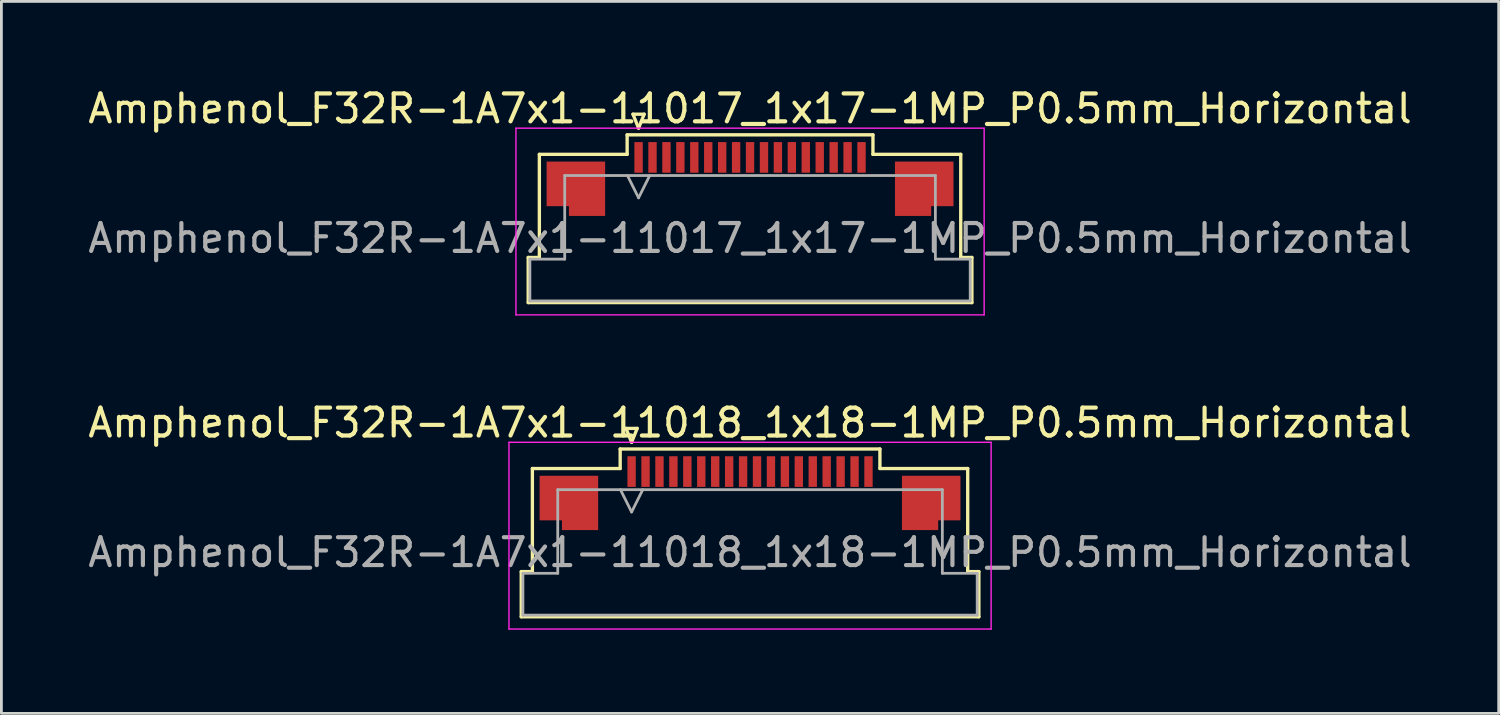
<source format=kicad_pcb>
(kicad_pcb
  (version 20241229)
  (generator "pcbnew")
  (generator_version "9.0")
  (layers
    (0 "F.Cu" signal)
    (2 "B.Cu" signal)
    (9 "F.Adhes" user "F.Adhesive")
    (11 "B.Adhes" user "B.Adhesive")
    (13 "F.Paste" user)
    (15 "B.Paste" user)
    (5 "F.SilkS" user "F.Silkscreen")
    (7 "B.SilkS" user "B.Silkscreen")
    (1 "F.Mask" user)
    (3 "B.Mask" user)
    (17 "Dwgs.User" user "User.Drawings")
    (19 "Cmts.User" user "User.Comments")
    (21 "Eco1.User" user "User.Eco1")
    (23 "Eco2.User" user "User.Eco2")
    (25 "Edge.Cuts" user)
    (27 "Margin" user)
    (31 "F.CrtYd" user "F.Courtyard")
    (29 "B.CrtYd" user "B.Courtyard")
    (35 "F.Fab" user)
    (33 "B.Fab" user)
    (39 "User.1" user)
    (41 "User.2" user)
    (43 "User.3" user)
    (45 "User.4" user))
  (footprint "Amphenol_F32R-1A7x1-11017_1x17-1MP_P0.5mm_Horizontal"
    (layer "F.Cu")
    (at 23.863 5.498)
    (property "Reference" "Amphenol_F32R-1A7x1-11017_1x17-1MP_P0.5mm_Horizontal" (at 0 -4.65 0) (layer "F.SilkS") (effects (font (size 1 1) (thickness 0.15))))
    (attr smd)
    (fp_line (start -7.96 0.69) (end -7.56 0.69) (stroke (width 0.12) (type solid)) (layer "F.SilkS"))
    (fp_line (start -7.96 2.31) (end -7.96 0.69) (stroke (width 0.12) (type solid)) (layer "F.SilkS"))
    (fp_line (start -7.56 -3.01) (end -4.41 -3.01) (stroke (width 0.12) (type solid)) (layer "F.SilkS"))
    (fp_line (start -7.56 0.69) (end -7.56 -3.01) (stroke (width 0.12) (type solid)) (layer "F.SilkS"))
    (fp_line (start -4.41 -3.71) (end 4.41 -3.71) (stroke (width 0.12) (type solid)) (layer "F.SilkS"))
    (fp_line (start -4.41 -3.01) (end -4.41 -3.71) (stroke (width 0.12) (type solid)) (layer "F.SilkS"))
    (fp_line (start -4.2 -4.45) (end -4 -3.95) (stroke (width 0.12) (type solid)) (layer "F.SilkS"))
    (fp_line (start -4 -3.95) (end -3.8 -4.45) (stroke (width 0.12) (type solid)) (layer "F.SilkS"))
    (fp_line (start -3.8 -4.45) (end -4.2 -4.45) (stroke (width 0.12) (type solid)) (layer "F.SilkS"))
    (fp_line (start 4.41 -3.71) (end 4.41 -3.01) (stroke (width 0.12) (type solid)) (layer "F.SilkS"))
    (fp_line (start 4.41 -3.01) (end 7.56 -3.01) (stroke (width 0.12) (type solid)) (layer "F.SilkS"))
    (fp_line (start 7.56 -3.01) (end 7.56 0.69) (stroke (width 0.12) (type solid)) (layer "F.SilkS"))
    (fp_line (start 7.56 0.69) (end 7.96 0.69) (stroke (width 0.12) (type solid)) (layer "F.SilkS"))
    (fp_line (start 7.96 0.69) (end 7.96 2.31) (stroke (width 0.12) (type solid)) (layer "F.SilkS"))
    (fp_line (start 7.96 2.31) (end -7.96 2.31) (stroke (width 0.12) (type solid)) (layer "F.SilkS"))
    (fp_line (start -8.4 -3.95) (end -8.4 2.75) (stroke (width 0.05) (type solid)) (layer "F.CrtYd"))
    (fp_line (start -8.4 2.75) (end 8.4 2.75) (stroke (width 0.05) (type solid)) (layer "F.CrtYd"))
    (fp_line (start 8.4 -3.95) (end -8.4 -3.95) (stroke (width 0.05) (type solid)) (layer "F.CrtYd"))
    (fp_line (start 8.4 2.75) (end 8.4 -3.95) (stroke (width 0.05) (type solid)) (layer "F.CrtYd"))
    (fp_line (start -7.9 0.75) (end -6.65 0.75) (stroke (width 0.1) (type solid)) (layer "F.Fab"))
    (fp_line (start -7.9 2.25) (end -7.9 0.75) (stroke (width 0.1) (type solid)) (layer "F.Fab"))
    (fp_line (start -6.65 -2.25) (end 6.65 -2.25) (stroke (width 0.1) (type solid)) (layer "F.Fab"))
    (fp_line (start -6.65 0.75) (end -6.65 -2.25) (stroke (width 0.1) (type solid)) (layer "F.Fab"))
    (fp_line (start -4.4 -2.25) (end -4 -1.45) (stroke (width 0.1) (type solid)) (layer "F.Fab"))
    (fp_line (start -4 -1.45) (end -3.6 -2.25) (stroke (width 0.1) (type solid)) (layer "F.Fab"))
    (fp_line (start 6.65 -2.25) (end 6.65 0.75) (stroke (width 0.1) (type solid)) (layer "F.Fab"))
    (fp_line (start 6.65 0.75) (end 7.9 0.75) (stroke (width 0.1) (type solid)) (layer "F.Fab"))
    (fp_line (start 7.9 0.75) (end 7.9 2.25) (stroke (width 0.1) (type solid)) (layer "F.Fab"))
    (fp_line (start 7.9 2.25) (end -7.9 2.25) (stroke (width 0.1) (type solid)) (layer "F.Fab"))
    (fp_text user "${REFERENCE}" (at 0 0 0) (layer "F.Fab") (effects (font (size 1 1) (thickness 0.15))))
    (pad "1" smd rect (at -4 -2.9) (size 0.3 1.1) (layers "F.Cu" "F.Mask" "F.Paste"))
    (pad "2" smd rect (at -3.5 -2.9) (size 0.3 1.1) (layers "F.Cu" "F.Mask" "F.Paste"))
    (pad "3" smd rect (at -3 -2.9) (size 0.3 1.1) (layers "F.Cu" "F.Mask" "F.Paste"))
    (pad "4" smd rect (at -2.5 -2.9) (size 0.3 1.1) (layers "F.Cu" "F.Mask" "F.Paste"))
    (pad "5" smd rect (at -2 -2.9) (size 0.3 1.1) (layers "F.Cu" "F.Mask" "F.Paste"))
    (pad "6" smd rect (at -1.5 -2.9) (size 0.3 1.1) (layers "F.Cu" "F.Mask" "F.Paste"))
    (pad "7" smd rect (at -1 -2.9) (size 0.3 1.1) (layers "F.Cu" "F.Mask" "F.Paste"))
    (pad "8" smd rect (at -0.5 -2.9) (size 0.3 1.1) (layers "F.Cu" "F.Mask" "F.Paste"))
    (pad "9" smd rect (at 0 -2.9) (size 0.3 1.1) (layers "F.Cu" "F.Mask" "F.Paste"))
    (pad "10" smd rect (at 0.5 -2.9) (size 0.3 1.1) (layers "F.Cu" "F.Mask" "F.Paste"))
    (pad "11" smd rect (at 1 -2.9) (size 0.3 1.1) (layers "F.Cu" "F.Mask" "F.Paste"))
    (pad "12" smd rect (at 1.5 -2.9) (size 0.3 1.1) (layers "F.Cu" "F.Mask" "F.Paste"))
    (pad "13" smd rect (at 2 -2.9) (size 0.3 1.1) (layers "F.Cu" "F.Mask" "F.Paste"))
    (pad "14" smd rect (at 2.5 -2.9) (size 0.3 1.1) (layers "F.Cu" "F.Mask" "F.Paste"))
    (pad "15" smd rect (at 3 -2.9) (size 0.3 1.1) (layers "F.Cu" "F.Mask" "F.Paste"))
    (pad "16" smd rect (at 3.5 -2.9) (size 0.3 1.1) (layers "F.Cu" "F.Mask" "F.Paste"))
    (pad "17" smd rect (at 4 -2.9) (size 0.3 1.1) (layers "F.Cu" "F.Mask" "F.Paste"))
    (pad "MP" smd custom (at -6.25 -1.775) (size 1 1) (layers "F.Cu" "F.Mask" "F.Paste") (options (anchor circle)) (primitives (gr_poly (pts (xy 1.05 -0.975) (xy 1.05 0.975) (xy -0.25 0.975) (xy -0.25 0.625) (xy -1.05 0.625) (xy -1.05 -0.975) (xy 1.05 -0.975)) (width 0) (fill yes))))
    (pad "MP" smd custom (at 6.25 -1.775) (size 1 1) (layers "F.Cu" "F.Mask" "F.Paste") (options (anchor circle)) (primitives (gr_poly (pts (xy -1.05 -0.975) (xy -1.05 0.975) (xy 0.25 0.975) (xy 0.25 0.625) (xy 1.05 0.625) (xy 1.05 -0.975) (xy -1.05 -0.975)) (width 0) (fill yes)))))
  (footprint "Amphenol_F32R-1A7x1-11018_1x18-1MP_P0.5mm_Horizontal"
    (layer "F.Cu")
    (at 23.863 16.771)
    (property "Reference" "Amphenol_F32R-1A7x1-11018_1x18-1MP_P0.5mm_Horizontal" (at 0 -4.65 0) (layer "F.SilkS") (effects (font (size 1 1) (thickness 0.15))))
    (attr smd)
    (fp_line (start -8.21 0.69) (end -7.81 0.69) (stroke (width 0.12) (type solid)) (layer "F.SilkS"))
    (fp_line (start -8.21 2.31) (end -8.21 0.69) (stroke (width 0.12) (type solid)) (layer "F.SilkS"))
    (fp_line (start -7.81 -3.01) (end -4.66 -3.01) (stroke (width 0.12) (type solid)) (layer "F.SilkS"))
    (fp_line (start -7.81 0.69) (end -7.81 -3.01) (stroke (width 0.12) (type solid)) (layer "F.SilkS"))
    (fp_line (start -4.66 -3.71) (end 4.66 -3.71) (stroke (width 0.12) (type solid)) (layer "F.SilkS"))
    (fp_line (start -4.66 -3.01) (end -4.66 -3.71) (stroke (width 0.12) (type solid)) (layer "F.SilkS"))
    (fp_line (start -4.45 -4.45) (end -4.25 -3.95) (stroke (width 0.12) (type solid)) (layer "F.SilkS"))
    (fp_line (start -4.25 -3.95) (end -4.05 -4.45) (stroke (width 0.12) (type solid)) (layer "F.SilkS"))
    (fp_line (start -4.05 -4.45) (end -4.45 -4.45) (stroke (width 0.12) (type solid)) (layer "F.SilkS"))
    (fp_line (start 4.66 -3.71) (end 4.66 -3.01) (stroke (width 0.12) (type solid)) (layer "F.SilkS"))
    (fp_line (start 4.66 -3.01) (end 7.81 -3.01) (stroke (width 0.12) (type solid)) (layer "F.SilkS"))
    (fp_line (start 7.81 -3.01) (end 7.81 0.69) (stroke (width 0.12) (type solid)) (layer "F.SilkS"))
    (fp_line (start 7.81 0.69) (end 8.21 0.69) (stroke (width 0.12) (type solid)) (layer "F.SilkS"))
    (fp_line (start 8.21 0.69) (end 8.21 2.31) (stroke (width 0.12) (type solid)) (layer "F.SilkS"))
    (fp_line (start 8.21 2.31) (end -8.21 2.31) (stroke (width 0.12) (type solid)) (layer "F.SilkS"))
    (fp_line (start -8.65 -3.95) (end -8.65 2.75) (stroke (width 0.05) (type solid)) (layer "F.CrtYd"))
    (fp_line (start -8.65 2.75) (end 8.65 2.75) (stroke (width 0.05) (type solid)) (layer "F.CrtYd"))
    (fp_line (start 8.65 -3.95) (end -8.65 -3.95) (stroke (width 0.05) (type solid)) (layer "F.CrtYd"))
    (fp_line (start 8.65 2.75) (end 8.65 -3.95) (stroke (width 0.05) (type solid)) (layer "F.CrtYd"))
    (fp_line (start -8.15 0.75) (end -6.9 0.75) (stroke (width 0.1) (type solid)) (layer "F.Fab"))
    (fp_line (start -8.15 2.25) (end -8.15 0.75) (stroke (width 0.1) (type solid)) (layer "F.Fab"))
    (fp_line (start -6.9 -2.25) (end 6.9 -2.25) (stroke (width 0.1) (type solid)) (layer "F.Fab"))
    (fp_line (start -6.9 0.75) (end -6.9 -2.25) (stroke (width 0.1) (type solid)) (layer "F.Fab"))
    (fp_line (start -4.65 -2.25) (end -4.25 -1.45) (stroke (width 0.1) (type solid)) (layer "F.Fab"))
    (fp_line (start -4.25 -1.45) (end -3.85 -2.25) (stroke (width 0.1) (type solid)) (layer "F.Fab"))
    (fp_line (start 6.9 -2.25) (end 6.9 0.75) (stroke (width 0.1) (type solid)) (layer "F.Fab"))
    (fp_line (start 6.9 0.75) (end 8.15 0.75) (stroke (width 0.1) (type solid)) (layer "F.Fab"))
    (fp_line (start 8.15 0.75) (end 8.15 2.25) (stroke (width 0.1) (type solid)) (layer "F.Fab"))
    (fp_line (start 8.15 2.25) (end -8.15 2.25) (stroke (width 0.1) (type solid)) (layer "F.Fab"))
    (fp_text user "${REFERENCE}" (at 0 0 0) (layer "F.Fab") (effects (font (size 1 1) (thickness 0.15))))
    (pad "1" smd rect (at -4.25 -2.9) (size 0.3 1.1) (layers "F.Cu" "F.Mask" "F.Paste"))
    (pad "2" smd rect (at -3.75 -2.9) (size 0.3 1.1) (layers "F.Cu" "F.Mask" "F.Paste"))
    (pad "3" smd rect (at -3.25 -2.9) (size 0.3 1.1) (layers "F.Cu" "F.Mask" "F.Paste"))
    (pad "4" smd rect (at -2.75 -2.9) (size 0.3 1.1) (layers "F.Cu" "F.Mask" "F.Paste"))
    (pad "5" smd rect (at -2.25 -2.9) (size 0.3 1.1) (layers "F.Cu" "F.Mask" "F.Paste"))
    (pad "6" smd rect (at -1.75 -2.9) (size 0.3 1.1) (layers "F.Cu" "F.Mask" "F.Paste"))
    (pad "7" smd rect (at -1.25 -2.9) (size 0.3 1.1) (layers "F.Cu" "F.Mask" "F.Paste"))
    (pad "8" smd rect (at -0.75 -2.9) (size 0.3 1.1) (layers "F.Cu" "F.Mask" "F.Paste"))
    (pad "9" smd rect (at -0.25 -2.9) (size 0.3 1.1) (layers "F.Cu" "F.Mask" "F.Paste"))
    (pad "10" smd rect (at 0.25 -2.9) (size 0.3 1.1) (layers "F.Cu" "F.Mask" "F.Paste"))
    (pad "11" smd rect (at 0.75 -2.9) (size 0.3 1.1) (layers "F.Cu" "F.Mask" "F.Paste"))
    (pad "12" smd rect (at 1.25 -2.9) (size 0.3 1.1) (layers "F.Cu" "F.Mask" "F.Paste"))
    (pad "13" smd rect (at 1.75 -2.9) (size 0.3 1.1) (layers "F.Cu" "F.Mask" "F.Paste"))
    (pad "14" smd rect (at 2.25 -2.9) (size 0.3 1.1) (layers "F.Cu" "F.Mask" "F.Paste"))
    (pad "15" smd rect (at 2.75 -2.9) (size 0.3 1.1) (layers "F.Cu" "F.Mask" "F.Paste"))
    (pad "16" smd rect (at 3.25 -2.9) (size 0.3 1.1) (layers "F.Cu" "F.Mask" "F.Paste"))
    (pad "17" smd rect (at 3.75 -2.9) (size 0.3 1.1) (layers "F.Cu" "F.Mask" "F.Paste"))
    (pad "18" smd rect (at 4.25 -2.9) (size 0.3 1.1) (layers "F.Cu" "F.Mask" "F.Paste"))
    (pad "MP" smd custom (at -6.5 -1.775) (size 1 1) (layers "F.Cu" "F.Mask" "F.Paste") (options (anchor circle)) (primitives (gr_poly (pts (xy 1.05 -0.975) (xy 1.05 0.975) (xy -0.25 0.975) (xy -0.25 0.625) (xy -1.05 0.625) (xy -1.05 -0.975) (xy 1.05 -0.975)) (width 0) (fill yes))))
    (pad "MP" smd custom (at 6.5 -1.775) (size 1 1) (layers "F.Cu" "F.Mask" "F.Paste") (options (anchor circle)) (primitives (gr_poly (pts (xy -1.05 -0.975) (xy -1.05 0.975) (xy 0.25 0.975) (xy 0.25 0.625) (xy 1.05 0.625) (xy 1.05 -0.975) (xy -1.05 -0.975)) (width 0) (fill yes)))))
  (gr_rect
    (start -3 -3)
    (end 50.726 22.547)
    (stroke (width 0.1) (type default))
    (fill no)
    (layer "Edge.Cuts")))
</source>
